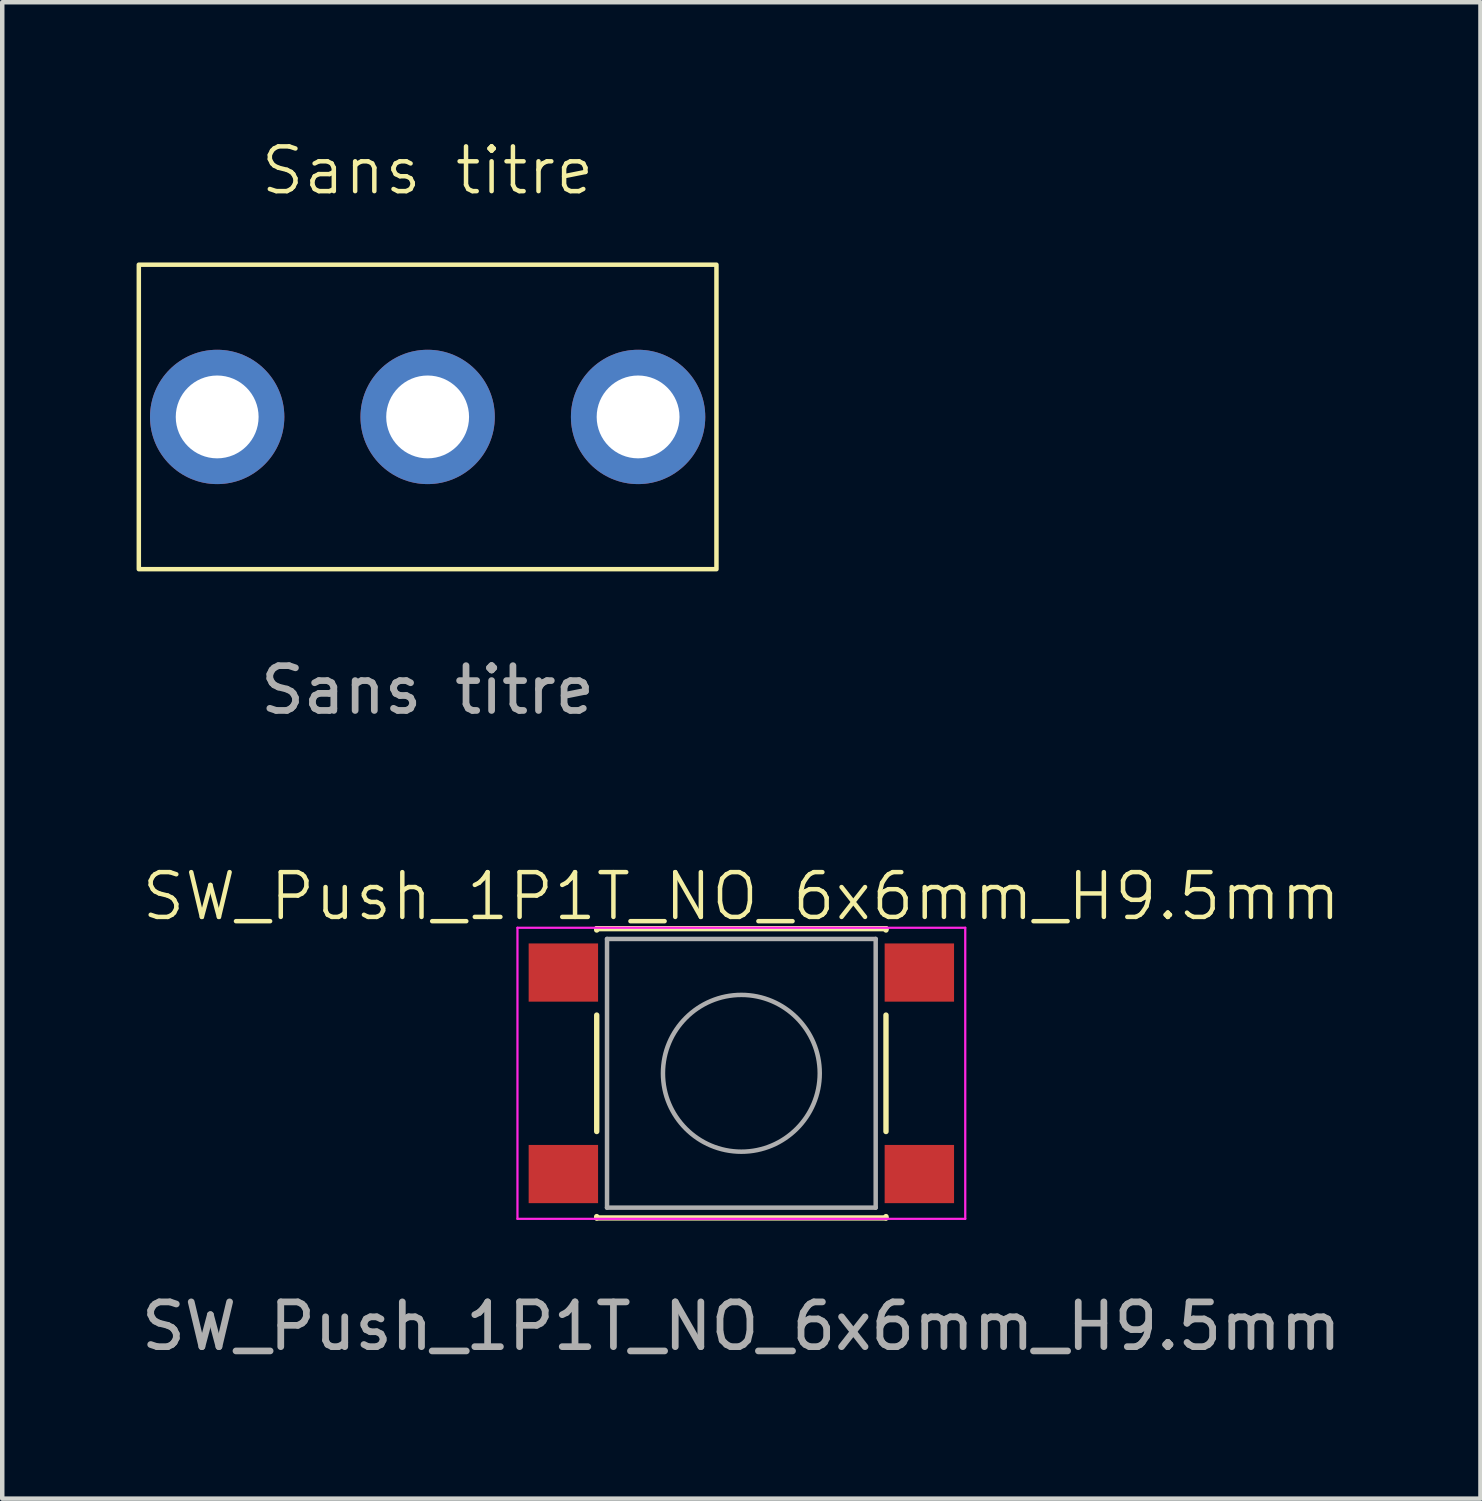
<source format=kicad_pcb>
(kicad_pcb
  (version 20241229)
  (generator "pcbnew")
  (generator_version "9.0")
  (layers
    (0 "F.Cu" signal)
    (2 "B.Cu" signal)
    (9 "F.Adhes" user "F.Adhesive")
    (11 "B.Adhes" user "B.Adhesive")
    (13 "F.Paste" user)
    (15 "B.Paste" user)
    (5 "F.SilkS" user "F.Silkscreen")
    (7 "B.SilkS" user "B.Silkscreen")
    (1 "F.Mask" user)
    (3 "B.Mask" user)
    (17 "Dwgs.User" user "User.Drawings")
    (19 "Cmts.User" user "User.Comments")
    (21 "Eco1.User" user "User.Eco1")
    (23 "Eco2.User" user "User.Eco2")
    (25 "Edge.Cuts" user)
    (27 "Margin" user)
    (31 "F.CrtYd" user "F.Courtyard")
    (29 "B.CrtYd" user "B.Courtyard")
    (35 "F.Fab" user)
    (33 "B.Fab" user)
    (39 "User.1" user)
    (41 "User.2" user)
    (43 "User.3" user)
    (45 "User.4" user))
  (footprint "Sans titre"
    (layer "F.Cu")
    (at 6.25 6.061)
    (property "Reference" "Sans titre" (at 0.25 -5.3 0) (unlocked yes) (layer "F.SilkS") (effects (font (size 1 1) (thickness 0.1))))
    (attr smd)
    (fp_rect (start -6.2 -3.2) (end 6.7 3.6) (stroke (width 0.1) (type default)) (fill no) (layer "F.SilkS"))
    (fp_rect (start -6.1 -3.1) (end 6.6 3.5) (stroke (width 0.1) (type default)) (fill no) (layer "Margin"))
    (fp_text user "${REFERENCE}" (at 0.25 6.3 0) (unlocked yes) (layer "F.Fab") (effects (font (size 1 1) (thickness 0.15))))
    (pad "1" thru_hole circle (at -4.45 0.2) (size 3 3) (drill 1.85) (layers "*.Cu" "*.Mask"))
    (pad "2" thru_hole circle (at 0.25 0.2) (size 3 3) (drill 1.85) (layers "*.Cu" "*.Mask"))
    (pad "3" thru_hole circle (at 4.95 0.2) (size 3 3) (drill 1.85) (layers "*.Cu" "*.Mask")))
  (footprint "SW_Push_1P1T_NO_6x6mm_H9.5mm"
    (layer "F.Cu")
    (at 13.506 20.869)
    (property "Reference" "SW_Push_1P1T_NO_6x6mm_H9.5mm" (at 0 -3.9 0) (unlocked yes) (layer "F.SilkS") (effects (font (size 1 1) (thickness 0.1))))
    (attr smd)
    (fp_line (start -3.23 -3.18) (end 3.23 -3.18) (stroke (width 0.12) (type solid)) (layer "F.SilkS"))
    (fp_line (start -3.23 -3.15) (end -3.23 -3.18) (stroke (width 0.12) (type solid)) (layer "F.SilkS"))
    (fp_line (start -3.23 -1.25) (end -3.23 1.35) (stroke (width 0.12) (type solid)) (layer "F.SilkS"))
    (fp_line (start -3.23 3.28) (end -3.23 3.25) (stroke (width 0.12) (type solid)) (layer "F.SilkS"))
    (fp_line (start -3.23 3.28) (end 3.23 3.28) (stroke (width 0.12) (type solid)) (layer "F.SilkS"))
    (fp_line (start 3.23 -3.18) (end 3.23 -3.15) (stroke (width 0.12) (type solid)) (layer "F.SilkS"))
    (fp_line (start 3.23 -1.25) (end 3.23 1.35) (stroke (width 0.12) (type solid)) (layer "F.SilkS"))
    (fp_line (start 3.23 3.28) (end 3.23 3.25) (stroke (width 0.12) (type solid)) (layer "F.SilkS"))
    (fp_line (start -5 -3.2) (end -5 3.3) (stroke (width 0.05) (type solid)) (layer "F.CrtYd"))
    (fp_line (start -5 -3.2) (end 5 -3.2) (stroke (width 0.05) (type solid)) (layer "F.CrtYd"))
    (fp_line (start -5 3.3) (end 5 3.3) (stroke (width 0.05) (type solid)) (layer "F.CrtYd"))
    (fp_line (start 5 3.3) (end 5 -3.2) (stroke (width 0.05) (type solid)) (layer "F.CrtYd"))
    (fp_line (start -3 -2.95) (end -3 3.05) (stroke (width 0.1) (type solid)) (layer "F.Fab"))
    (fp_line (start -3 3.05) (end 3 3.05) (stroke (width 0.1) (type solid)) (layer "F.Fab"))
    (fp_line (start 3 -2.95) (end -3 -2.95) (stroke (width 0.1) (type solid)) (layer "F.Fab"))
    (fp_line (start 3 3.05) (end 3 -2.95) (stroke (width 0.1) (type solid)) (layer "F.Fab"))
    (fp_circle (center 0 0.05) (end 1.75 0) (stroke (width 0.1) (type solid)) (fill no) (layer "F.Fab"))
    (fp_text user "${REFERENCE}" (at 0 5.7 0) (unlocked yes) (layer "F.Fab") (effects (font (size 1 1) (thickness 0.15))))
    (pad "1" smd rect (at -3.975 -2.2) (size 1.55 1.3) (layers "F.Cu" "F.Mask" "F.Paste"))
    (pad "1" smd rect (at 3.975 -2.2) (size 1.55 1.3) (layers "F.Cu" "F.Mask" "F.Paste"))
    (pad "2" smd rect (at -3.975 2.3) (size 1.55 1.3) (layers "F.Cu" "F.Mask" "F.Paste"))
    (pad "2" smd rect (at 3.975 2.3) (size 1.55 1.3) (layers "F.Cu" "F.Mask" "F.Paste")))
  (gr_rect
    (start -3 -3)
    (end 30.012 30.418)
    (stroke (width 0.1) (type default))
    (fill no)
    (layer "Edge.Cuts")))
</source>
